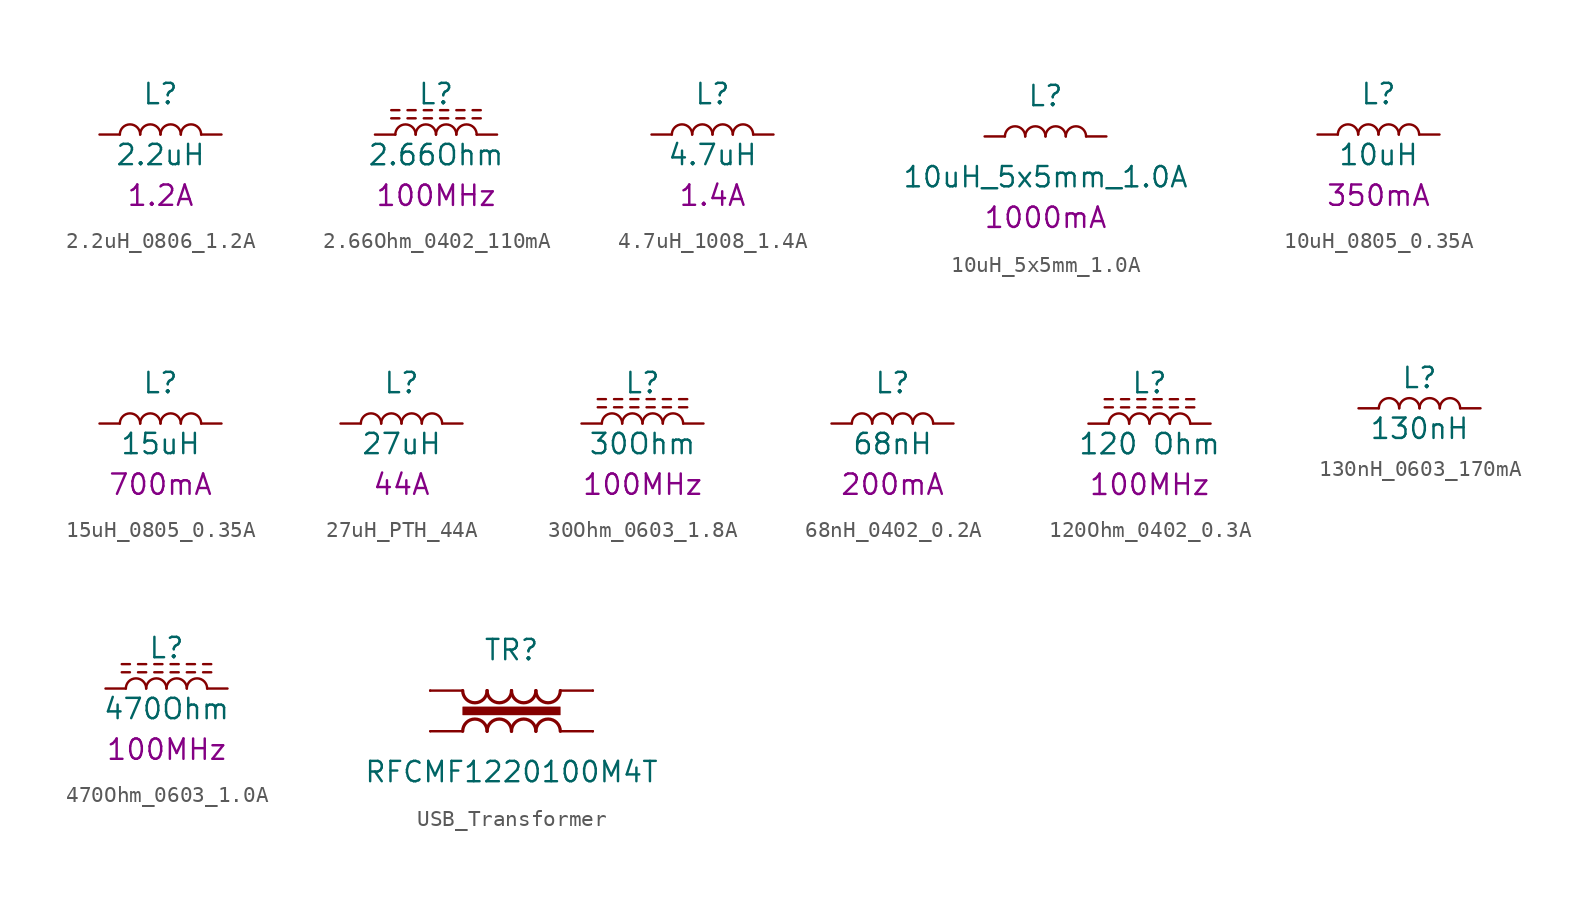
<source format=kicad_sym>
(kicad_symbol_lib
  (version 20231120)
  (generator "kicad_symbol_editor")
  (generator_version "8.0")
  (symbol "2.2uH_0806_1.2A"
    (pin_numbers hide)
    (pin_names
      (offset 1.016) hide)
    (property "Reference" "L"
      (at 0 2.54 0)
      (effects (font (size 1.27 1.27))))
    (property "Value" "2.2uH"
      (at 0 -1.27 0)
      (effects (font (size 1.27 1.27))))
    (property "Current" "1.2A"
      (at 0 -3.81 0)
      (effects (font (size 1.27 1.27))))
    (symbol "2.2uH_0806_1.2A_0_1"
      (arc (start -1.27 0) (mid -1.905 0.6323) (end -2.54 0) (stroke (width 0) (type default)) (fill (type none)))
      (arc (start 0 0) (mid -0.635 0.6323) (end -1.27 0) (stroke (width 0) (type default)) (fill (type none)))
      (arc (start 1.27 0) (mid 0.635 0.6323) (end 0 0) (stroke (width 0) (type default)) (fill (type none)))
      (arc (start 2.54 0) (mid 1.905 0.6323) (end 1.27 0) (stroke (width 0) (type default)) (fill (type none))))
    (symbol "2.2uH_0806_1.2A_1_1"
      (pin passive line (at -3.81 0 0) (length 1.27) (name "1" (effects (font (size 1.27 1.27)))) (number "1" (effects (font (size 1.27 1.27)))))
      (pin passive line (at 3.81 0 180) (length 1.27) (name "2" (effects (font (size 1.27 1.27)))) (number "2" (effects (font (size 1.27 1.27)))))))
  (symbol "2.66Ohm_0402_110mA"
    (pin_numbers hide)
    (pin_names
      (offset 1.016) hide)
    (property "Reference" "L"
      (at 0 2.54 0)
      (effects (font (size 1.27 1.27))))
    (property "Value" "2.66Ohm"
      (at 0 -1.27 0)
      (effects (font (size 1.27 1.27))))
    (property "Frequency" "100MHz"
      (at 0 -3.81 0)
      (effects (font (size 1.27 1.27))))
    (symbol "2.66Ohm_0402_110mA_0_1"
      (arc (start -1.27 0) (mid -1.905 0.6323) (end -2.54 0) (stroke (width 0) (type default)) (fill (type none)))
      (arc (start 0 0) (mid -0.635 0.6323) (end -1.27 0) (stroke (width 0) (type default)) (fill (type none)))
      (polyline (pts (xy -2.794 1.524) (xy -2.286 1.524)) (stroke (width 0) (type default)) (fill (type none)))
      (polyline (pts (xy -2.286 1.016) (xy -2.794 1.016)) (stroke (width 0) (type default)) (fill (type none)))
      (polyline (pts (xy -1.778 1.524) (xy -1.27 1.524)) (stroke (width 0) (type default)) (fill (type none)))
      (polyline (pts (xy -1.27 1.016) (xy -1.778 1.016)) (stroke (width 0) (type default)) (fill (type none)))
      (polyline (pts (xy -0.762 1.524) (xy -0.254 1.524)) (stroke (width 0) (type default)) (fill (type none)))
      (polyline (pts (xy -0.254 1.016) (xy -0.762 1.016)) (stroke (width 0) (type default)) (fill (type none)))
      (polyline (pts (xy 0.254 1.524) (xy 0.762 1.524)) (stroke (width 0) (type default)) (fill (type none)))
      (polyline (pts (xy 0.762 1.016) (xy 0.254 1.016)) (stroke (width 0) (type default)) (fill (type none)))
      (polyline (pts (xy 1.27 1.524) (xy 1.778 1.524)) (stroke (width 0) (type default)) (fill (type none)))
      (polyline (pts (xy 1.778 1.016) (xy 1.27 1.016)) (stroke (width 0) (type default)) (fill (type none)))
      (polyline (pts (xy 2.286 1.524) (xy 2.794 1.524)) (stroke (width 0) (type default)) (fill (type none)))
      (polyline (pts (xy 2.794 1.016) (xy 2.286 1.016)) (stroke (width 0) (type default)) (fill (type none)))
      (arc (start 1.27 0) (mid 0.635 0.6323) (end 0 0) (stroke (width 0) (type default)) (fill (type none)))
      (arc (start 2.54 0) (mid 1.905 0.6323) (end 1.27 0) (stroke (width 0) (type default)) (fill (type none))))
    (symbol "2.66Ohm_0402_110mA_1_1"
      (pin passive line (at -3.81 0 0) (length 1.27) (name "1" (effects (font (size 1.27 1.27)))) (number "1" (effects (font (size 1.27 1.27)))))
      (pin passive line (at 3.81 0 180) (length 1.27) (name "2" (effects (font (size 1.27 1.27)))) (number "2" (effects (font (size 1.27 1.27)))))))
  (symbol "4.7uH_1008_1.4A"
    (pin_numbers hide)
    (pin_names
      (offset 1.016) hide)
    (property "Reference" "L"
      (at 0 2.54 0)
      (effects (font (size 1.27 1.27))))
    (property "Value" "4.7uH"
      (at 0 -1.27 0)
      (effects (font (size 1.27 1.27))))
    (property "Current" "1.4A"
      (at 0 -3.81 0)
      (effects (font (size 1.27 1.27))))
    (symbol "4.7uH_1008_1.4A_0_1"
      (arc (start -1.27 0) (mid -1.905 0.6323) (end -2.54 0) (stroke (width 0) (type default)) (fill (type none)))
      (arc (start 0 0) (mid -0.635 0.6323) (end -1.27 0) (stroke (width 0) (type default)) (fill (type none)))
      (arc (start 1.27 0) (mid 0.635 0.6323) (end 0 0) (stroke (width 0) (type default)) (fill (type none)))
      (arc (start 2.54 0) (mid 1.905 0.6323) (end 1.27 0) (stroke (width 0) (type default)) (fill (type none))))
    (symbol "4.7uH_1008_1.4A_1_1"
      (pin passive line (at -3.81 0 0) (length 1.27) (name "1" (effects (font (size 1.27 1.27)))) (number "1" (effects (font (size 1.27 1.27)))))
      (pin passive line (at 3.81 0 180) (length 1.27) (name "2" (effects (font (size 1.27 1.27)))) (number "2" (effects (font (size 1.27 1.27)))))))
  (symbol "10uH_5x5mm_1.0A"
    (pin_numbers hide)
    (pin_names
      (offset 1.016) hide)
    (property "Reference" "L"
      (at 0 2.54 0)
      (effects (font (size 1.27 1.27))))
    (property "Value" "10uH_5x5mm_1.0A"
      (at 0 -2.54 0)
      (effects (font (size 1.27 1.27))))
    (property "Current" "1000mA"
      (at 0 -5.08 0)
      (effects (font (size 1.27 1.27))))
    (symbol "10uH_5x5mm_1.0A_0_1"
      (arc (start -1.27 0) (mid -1.905 0.6323) (end -2.54 0) (stroke (width 0) (type default)) (fill (type none)))
      (arc (start 0 0) (mid -0.635 0.6323) (end -1.27 0) (stroke (width 0) (type default)) (fill (type none)))
      (arc (start 1.27 0) (mid 0.635 0.6323) (end 0 0) (stroke (width 0) (type default)) (fill (type none)))
      (arc (start 2.54 0) (mid 1.905 0.6323) (end 1.27 0) (stroke (width 0) (type default)) (fill (type none))))
    (symbol "10uH_5x5mm_1.0A_1_1"
      (pin passive line (at -3.81 0 0) (length 1.27) (name "1" (effects (font (size 1.27 1.27)))) (number "1" (effects (font (size 1.27 1.27)))))
      (pin passive line (at 3.81 0 180) (length 1.27) (name "2" (effects (font (size 1.27 1.27)))) (number "2" (effects (font (size 1.27 1.27)))))))
  (symbol "10uH_0805_0.35A"
    (pin_numbers hide)
    (pin_names
      (offset 1.016) hide)
    (property "Reference" "L"
      (at 0 2.54 0)
      (effects (font (size 1.27 1.27))))
    (property "Value" "10uH"
      (at 0 -1.27 0)
      (effects (font (size 1.27 1.27))))
    (property "Current" "350mA"
      (at 0 -3.81 0)
      (effects (font (size 1.27 1.27))))
    (symbol "10uH_0805_0.35A_0_1"
      (arc (start -1.27 0) (mid -1.905 0.6323) (end -2.54 0) (stroke (width 0) (type default)) (fill (type none)))
      (arc (start 0 0) (mid -0.635 0.6323) (end -1.27 0) (stroke (width 0) (type default)) (fill (type none)))
      (arc (start 1.27 0) (mid 0.635 0.6323) (end 0 0) (stroke (width 0) (type default)) (fill (type none)))
      (arc (start 2.54 0) (mid 1.905 0.6323) (end 1.27 0) (stroke (width 0) (type default)) (fill (type none))))
    (symbol "10uH_0805_0.35A_1_1"
      (pin passive line (at -3.81 0 0) (length 1.27) (name "1" (effects (font (size 1.27 1.27)))) (number "1" (effects (font (size 1.27 1.27)))))
      (pin passive line (at 3.81 0 180) (length 1.27) (name "2" (effects (font (size 1.27 1.27)))) (number "2" (effects (font (size 1.27 1.27)))))))
  (symbol "15uH_0805_0.35A"
    (pin_numbers hide)
    (pin_names
      (offset 1.016) hide)
    (property "Reference" "L"
      (at 0 2.54 0)
      (effects (font (size 1.27 1.27))))
    (property "Value" "15uH"
      (at 0 -1.27 0)
      (effects (font (size 1.27 1.27))))
    (property "Current" "700mA"
      (at 0 -3.81 0)
      (effects (font (size 1.27 1.27))))
    (symbol "15uH_0805_0.35A_0_1"
      (arc (start -1.27 0) (mid -1.905 0.6323) (end -2.54 0) (stroke (width 0) (type default)) (fill (type none)))
      (arc (start 0 0) (mid -0.635 0.6323) (end -1.27 0) (stroke (width 0) (type default)) (fill (type none)))
      (arc (start 1.27 0) (mid 0.635 0.6323) (end 0 0) (stroke (width 0) (type default)) (fill (type none)))
      (arc (start 2.54 0) (mid 1.905 0.6323) (end 1.27 0) (stroke (width 0) (type default)) (fill (type none))))
    (symbol "15uH_0805_0.35A_1_1"
      (pin passive line (at -3.81 0 0) (length 1.27) (name "1" (effects (font (size 1.27 1.27)))) (number "1" (effects (font (size 1.27 1.27)))))
      (pin passive line (at 3.81 0 180) (length 1.27) (name "2" (effects (font (size 1.27 1.27)))) (number "2" (effects (font (size 1.27 1.27)))))))
  (symbol "27uH_PTH_44A"
    (pin_numbers hide)
    (pin_names
      (offset 1.016) hide)
    (property "Reference" "L"
      (at 0 2.54 0)
      (effects (font (size 1.27 1.27))))
    (property "Value" "27uH"
      (at 0 -1.27 0)
      (effects (font (size 1.27 1.27))))
    (property "Current" "44A"
      (at 0 -3.81 0)
      (effects (font (size 1.27 1.27))))
    (symbol "27uH_PTH_44A_0_1"
      (arc (start -1.27 0) (mid -1.905 0.6323) (end -2.54 0) (stroke (width 0) (type default)) (fill (type none)))
      (arc (start 0 0) (mid -0.635 0.6323) (end -1.27 0) (stroke (width 0) (type default)) (fill (type none)))
      (arc (start 1.27 0) (mid 0.635 0.6323) (end 0 0) (stroke (width 0) (type default)) (fill (type none)))
      (arc (start 2.54 0) (mid 1.905 0.6323) (end 1.27 0) (stroke (width 0) (type default)) (fill (type none))))
    (symbol "27uH_PTH_44A_1_1"
      (pin passive line (at -3.81 0 0) (length 1.27) (name "1" (effects (font (size 1.27 1.27)))) (number "1" (effects (font (size 1.27 1.27)))))
      (pin passive line (at 3.81 0 180) (length 1.27) (name "2" (effects (font (size 1.27 1.27)))) (number "2" (effects (font (size 1.27 1.27)))))))
  (symbol "30Ohm_0603_1.8A"
    (pin_numbers hide)
    (pin_names
      (offset 1.016) hide)
    (property "Reference" "L"
      (at 0 2.54 0)
      (effects (font (size 1.27 1.27))))
    (property "Value" "30Ohm"
      (at 0 -1.27 0)
      (effects (font (size 1.27 1.27))))
    (property "Frequency" "100MHz"
      (at 0 -3.81 0)
      (effects (font (size 1.27 1.27))))
    (symbol "30Ohm_0603_1.8A_0_1"
      (arc (start -1.27 0) (mid -1.905 0.6323) (end -2.54 0) (stroke (width 0) (type default)) (fill (type none)))
      (arc (start 0 0) (mid -0.635 0.6323) (end -1.27 0) (stroke (width 0) (type default)) (fill (type none)))
      (polyline (pts (xy -2.794 1.524) (xy -2.286 1.524)) (stroke (width 0) (type default)) (fill (type none)))
      (polyline (pts (xy -2.286 1.016) (xy -2.794 1.016)) (stroke (width 0) (type default)) (fill (type none)))
      (polyline (pts (xy -1.778 1.524) (xy -1.27 1.524)) (stroke (width 0) (type default)) (fill (type none)))
      (polyline (pts (xy -1.27 1.016) (xy -1.778 1.016)) (stroke (width 0) (type default)) (fill (type none)))
      (polyline (pts (xy -0.762 1.524) (xy -0.254 1.524)) (stroke (width 0) (type default)) (fill (type none)))
      (polyline (pts (xy -0.254 1.016) (xy -0.762 1.016)) (stroke (width 0) (type default)) (fill (type none)))
      (polyline (pts (xy 0.254 1.524) (xy 0.762 1.524)) (stroke (width 0) (type default)) (fill (type none)))
      (polyline (pts (xy 0.762 1.016) (xy 0.254 1.016)) (stroke (width 0) (type default)) (fill (type none)))
      (polyline (pts (xy 1.27 1.524) (xy 1.778 1.524)) (stroke (width 0) (type default)) (fill (type none)))
      (polyline (pts (xy 1.778 1.016) (xy 1.27 1.016)) (stroke (width 0) (type default)) (fill (type none)))
      (polyline (pts (xy 2.286 1.524) (xy 2.794 1.524)) (stroke (width 0) (type default)) (fill (type none)))
      (polyline (pts (xy 2.794 1.016) (xy 2.286 1.016)) (stroke (width 0) (type default)) (fill (type none)))
      (arc (start 1.27 0) (mid 0.635 0.6323) (end 0 0) (stroke (width 0) (type default)) (fill (type none)))
      (arc (start 2.54 0) (mid 1.905 0.6323) (end 1.27 0) (stroke (width 0) (type default)) (fill (type none))))
    (symbol "30Ohm_0603_1.8A_1_1"
      (pin passive line (at -3.81 0 0) (length 1.27) (name "1" (effects (font (size 1.27 1.27)))) (number "1" (effects (font (size 1.27 1.27)))))
      (pin passive line (at 3.81 0 180) (length 1.27) (name "2" (effects (font (size 1.27 1.27)))) (number "2" (effects (font (size 1.27 1.27)))))))
  (symbol "68nH_0402_0.2A"
    (pin_numbers hide)
    (pin_names
      (offset 1.016) hide)
    (property "Reference" "L"
      (at 0 2.54 0)
      (effects (font (size 1.27 1.27))))
    (property "Value" "68nH"
      (at 0 -1.27 0)
      (effects (font (size 1.27 1.27))))
    (property "Current" "200mA"
      (at 0 -3.81 0)
      (effects (font (size 1.27 1.27))))
    (symbol "68nH_0402_0.2A_0_1"
      (arc (start -1.27 0) (mid -1.905 0.6323) (end -2.54 0) (stroke (width 0) (type default)) (fill (type none)))
      (arc (start 0 0) (mid -0.635 0.6323) (end -1.27 0) (stroke (width 0) (type default)) (fill (type none)))
      (arc (start 1.27 0) (mid 0.635 0.6323) (end 0 0) (stroke (width 0) (type default)) (fill (type none)))
      (arc (start 2.54 0) (mid 1.905 0.6323) (end 1.27 0) (stroke (width 0) (type default)) (fill (type none))))
    (symbol "68nH_0402_0.2A_1_1"
      (pin passive line (at -3.81 0 0) (length 1.27) (name "1" (effects (font (size 1.27 1.27)))) (number "1" (effects (font (size 1.27 1.27)))))
      (pin passive line (at 3.81 0 180) (length 1.27) (name "2" (effects (font (size 1.27 1.27)))) (number "2" (effects (font (size 1.27 1.27)))))))
  (symbol "120Ohm_0402_0.3A"
    (pin_numbers hide)
    (pin_names
      (offset 1.016) hide)
    (property "Reference" "L"
      (at 0 2.54 0)
      (effects (font (size 1.27 1.27))))
    (property "Value" "120 Ohm"
      (at 0 -1.27 0)
      (effects (font (size 1.27 1.27))))
    (property "Frequency" "100MHz"
      (at 0 -3.81 0)
      (effects (font (size 1.27 1.27))))
    (symbol "120Ohm_0402_0.3A_0_1"
      (arc (start -1.27 0) (mid -1.905 0.6323) (end -2.54 0) (stroke (width 0) (type default)) (fill (type none)))
      (arc (start 0 0) (mid -0.635 0.6323) (end -1.27 0) (stroke (width 0) (type default)) (fill (type none)))
      (polyline (pts (xy -2.794 1.524) (xy -2.286 1.524)) (stroke (width 0) (type default)) (fill (type none)))
      (polyline (pts (xy -2.286 1.016) (xy -2.794 1.016)) (stroke (width 0) (type default)) (fill (type none)))
      (polyline (pts (xy -1.778 1.524) (xy -1.27 1.524)) (stroke (width 0) (type default)) (fill (type none)))
      (polyline (pts (xy -1.27 1.016) (xy -1.778 1.016)) (stroke (width 0) (type default)) (fill (type none)))
      (polyline (pts (xy -0.762 1.524) (xy -0.254 1.524)) (stroke (width 0) (type default)) (fill (type none)))
      (polyline (pts (xy -0.254 1.016) (xy -0.762 1.016)) (stroke (width 0) (type default)) (fill (type none)))
      (polyline (pts (xy 0.254 1.524) (xy 0.762 1.524)) (stroke (width 0) (type default)) (fill (type none)))
      (polyline (pts (xy 0.762 1.016) (xy 0.254 1.016)) (stroke (width 0) (type default)) (fill (type none)))
      (polyline (pts (xy 1.27 1.524) (xy 1.778 1.524)) (stroke (width 0) (type default)) (fill (type none)))
      (polyline (pts (xy 1.778 1.016) (xy 1.27 1.016)) (stroke (width 0) (type default)) (fill (type none)))
      (polyline (pts (xy 2.286 1.524) (xy 2.794 1.524)) (stroke (width 0) (type default)) (fill (type none)))
      (polyline (pts (xy 2.794 1.016) (xy 2.286 1.016)) (stroke (width 0) (type default)) (fill (type none)))
      (arc (start 1.27 0) (mid 0.635 0.6323) (end 0 0) (stroke (width 0) (type default)) (fill (type none)))
      (arc (start 2.54 0) (mid 1.905 0.6323) (end 1.27 0) (stroke (width 0) (type default)) (fill (type none))))
    (symbol "120Ohm_0402_0.3A_1_1"
      (pin passive line (at -3.81 0 0) (length 1.27) (name "1" (effects (font (size 1.27 1.27)))) (number "1" (effects (font (size 1.27 1.27)))))
      (pin passive line (at 3.81 0 180) (length 1.27) (name "2" (effects (font (size 1.27 1.27)))) (number "2" (effects (font (size 1.27 1.27)))))))
  (symbol "130nH_0603_170mA"
    (pin_numbers hide)
    (pin_names
      (offset 1.016) hide)
    (property "Reference" "L"
      (at 0 1.905 0)
      (effects (font (size 1.27 1.27))))
    (property "Value" "130nH"
      (at 0 -1.27 0)
      (effects (font (size 1.27 1.27))))
    (symbol "130nH_0603_170mA_0_1"
      (arc (start -1.27 0) (mid -1.905 0.6323) (end -2.54 0) (stroke (width 0) (type default)) (fill (type none)))
      (arc (start 0 0) (mid -0.635 0.6323) (end -1.27 0) (stroke (width 0) (type default)) (fill (type none)))
      (arc (start 1.27 0) (mid 0.635 0.6323) (end 0 0) (stroke (width 0) (type default)) (fill (type none)))
      (arc (start 2.54 0) (mid 1.905 0.6323) (end 1.27 0) (stroke (width 0) (type default)) (fill (type none))))
    (symbol "130nH_0603_170mA_1_1"
      (pin passive line (at -3.81 0 0) (length 1.27) (name "1" (effects (font (size 1.27 1.27)))) (number "1" (effects (font (size 1.27 1.27)))))
      (pin passive line (at 3.81 0 180) (length 1.27) (name "2" (effects (font (size 1.27 1.27)))) (number "2" (effects (font (size 1.27 1.27)))))))
  (symbol "470Ohm_0603_1.0A"
    (pin_numbers hide)
    (pin_names
      (offset 1.016) hide)
    (property "Reference" "L"
      (at 0 2.54 0)
      (effects (font (size 1.27 1.27))))
    (property "Value" "470Ohm"
      (at 0 -1.27 0)
      (effects (font (size 1.27 1.27))))
    (property "Frequency" "100MHz"
      (at 0 -3.81 0)
      (effects (font (size 1.27 1.27))))
    (symbol "470Ohm_0603_1.0A_0_1"
      (arc (start -1.27 0) (mid -1.905 0.6323) (end -2.54 0) (stroke (width 0) (type default)) (fill (type none)))
      (arc (start 0 0) (mid -0.635 0.6323) (end -1.27 0) (stroke (width 0) (type default)) (fill (type none)))
      (polyline (pts (xy -2.794 1.524) (xy -2.286 1.524)) (stroke (width 0) (type default)) (fill (type none)))
      (polyline (pts (xy -2.286 1.016) (xy -2.794 1.016)) (stroke (width 0) (type default)) (fill (type none)))
      (polyline (pts (xy -1.778 1.524) (xy -1.27 1.524)) (stroke (width 0) (type default)) (fill (type none)))
      (polyline (pts (xy -1.27 1.016) (xy -1.778 1.016)) (stroke (width 0) (type default)) (fill (type none)))
      (polyline (pts (xy -0.762 1.524) (xy -0.254 1.524)) (stroke (width 0) (type default)) (fill (type none)))
      (polyline (pts (xy -0.254 1.016) (xy -0.762 1.016)) (stroke (width 0) (type default)) (fill (type none)))
      (polyline (pts (xy 0.254 1.524) (xy 0.762 1.524)) (stroke (width 0) (type default)) (fill (type none)))
      (polyline (pts (xy 0.762 1.016) (xy 0.254 1.016)) (stroke (width 0) (type default)) (fill (type none)))
      (polyline (pts (xy 1.27 1.524) (xy 1.778 1.524)) (stroke (width 0) (type default)) (fill (type none)))
      (polyline (pts (xy 1.778 1.016) (xy 1.27 1.016)) (stroke (width 0) (type default)) (fill (type none)))
      (polyline (pts (xy 2.286 1.524) (xy 2.794 1.524)) (stroke (width 0) (type default)) (fill (type none)))
      (polyline (pts (xy 2.794 1.016) (xy 2.286 1.016)) (stroke (width 0) (type default)) (fill (type none)))
      (arc (start 1.27 0) (mid 0.635 0.6323) (end 0 0) (stroke (width 0) (type default)) (fill (type none)))
      (arc (start 2.54 0) (mid 1.905 0.6323) (end 1.27 0) (stroke (width 0) (type default)) (fill (type none))))
    (symbol "470Ohm_0603_1.0A_1_1"
      (pin passive line (at -3.81 0 0) (length 1.27) (name "1" (effects (font (size 1.27 1.27)))) (number "1" (effects (font (size 1.27 1.27)))))
      (pin passive line (at 3.81 0 180) (length 1.27) (name "2" (effects (font (size 1.27 1.27)))) (number "2" (effects (font (size 1.27 1.27)))))))
  (symbol "USB_Transformer"
    (pin_numbers hide)
    (pin_names
      (offset 0))
    (property "Reference" "TR"
      (at 0 3.81 0)
      (effects (font (size 1.27 1.27))))
    (property "Value" "RFCMF1220100M4T"
      (at 0 -3.81 0)
      (effects (font (size 1.27 1.27))))
    (symbol "USB_Transformer_0_1"
      (rectangle (start -3.048 -0.254) (end 3.048 0.254) (stroke (width 0.025) (type default)) (fill (type outline)))
      (arc (start -3.048 1.27) (mid -2.286 0.5113) (end -1.524 1.27) (stroke (width 0.2032) (type default)) (fill (type none)))
      (arc (start -1.524 -1.27) (mid -2.286 -0.5113) (end -3.048 -1.27) (stroke (width 0.2032) (type default)) (fill (type none)))
      (arc (start -1.524 1.27) (mid -0.762 0.5113) (end 0 1.27) (stroke (width 0.2032) (type default)) (fill (type none)))
      (arc (start 0 -1.27) (mid -0.762 -0.5113) (end -1.524 -1.27) (stroke (width 0.2032) (type default)) (fill (type none)))
      (polyline (pts (xy -5.055 -1.27) (xy -3.048 -1.27)) (stroke (width 0) (type default)) (fill (type none)))
      (polyline (pts (xy 5.08 -1.27) (xy 3.048 -1.27)) (stroke (width 0) (type default)) (fill (type none)))
      (polyline (pts (xy 5.08 1.27) (xy 3.048 1.27)) (stroke (width 0) (type default)) (fill (type none)))
      (arc (start 0 1.27) (mid 0.762 0.5113) (end 1.524 1.27) (stroke (width 0.2032) (type default)) (fill (type none)))
      (arc (start 1.524 -1.27) (mid 0.762 -0.5113) (end 0 -1.27) (stroke (width 0.2032) (type default)) (fill (type none)))
      (arc (start 1.524 1.27) (mid 2.286 0.5113) (end 3.048 1.27) (stroke (width 0.2032) (type default)) (fill (type none)))
      (arc (start 3.048 -1.27) (mid 2.286 -0.5113) (end 1.524 -1.27) (stroke (width 0.2032) (type default)) (fill (type none))))
    (symbol "USB_Transformer_1_1"
      (polyline (pts (xy -5.08 1.27) (xy -3.048 1.27)) (stroke (width 0) (type default)) (fill (type none)))
      (pin passive line (at -5.08 1.27 0) (length 0) (name "~" (effects (font (size 1.27 1.27)))) (number "1" (effects (font (size 1.27 1.27)))))
      (pin passive line (at 5.08 1.27 180) (length 0) (name "~" (effects (font (size 1.27 1.27)))) (number "2" (effects (font (size 1.27 1.27)))))
      (pin passive line (at -5.08 -1.27 0) (length 0) (name "~" (effects (font (size 1.27 1.27)))) (number "3" (effects (font (size 1.27 1.27)))))
      (pin passive line (at 5.08 -1.27 180) (length 0) (name "~" (effects (font (size 1.27 1.27)))) (number "4" (effects (font (size 1.27 1.27))))))))
</source>
